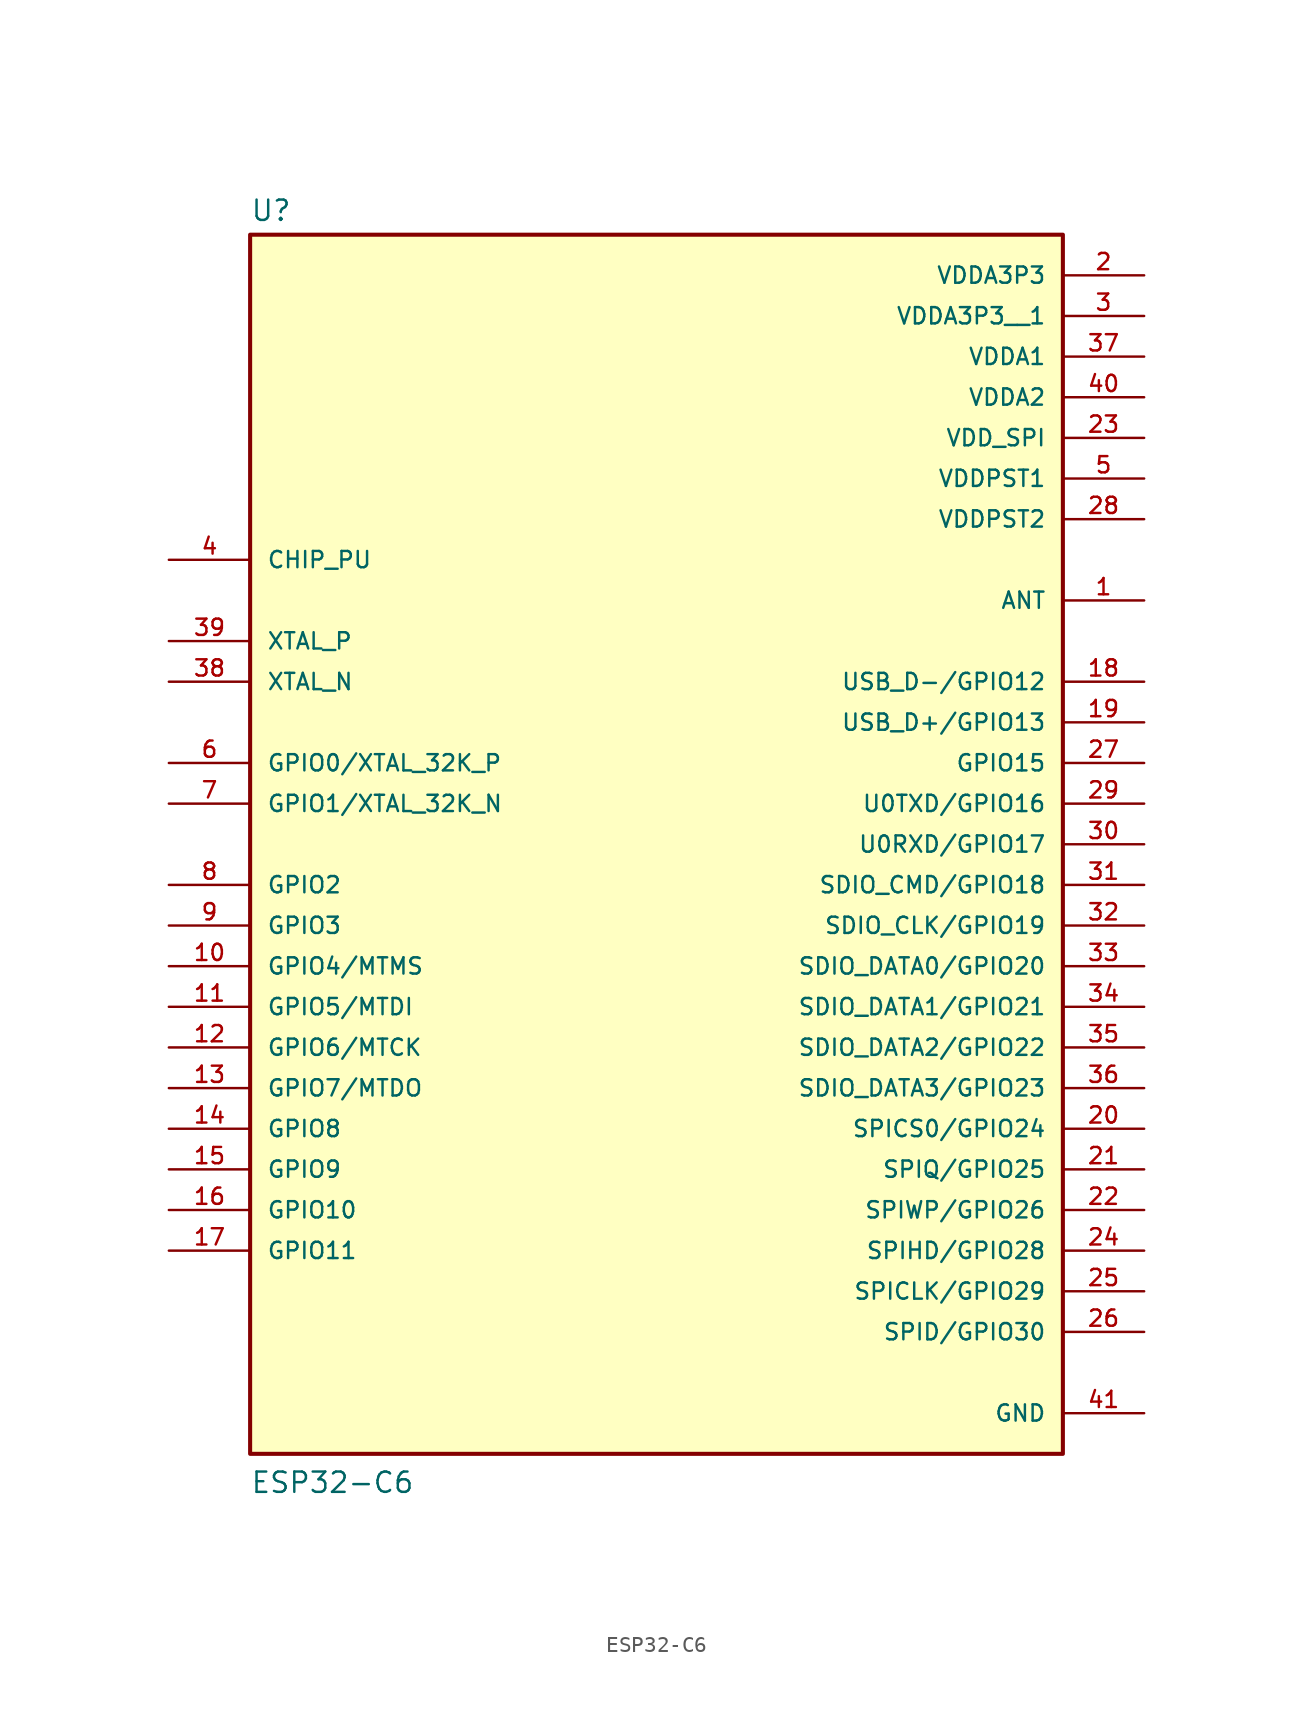
<source format=kicad_sym>
(kicad_symbol_lib
  (version 20220914)
  (generator kicad_symbol_editor)
  (symbol "ESP32-C6"
    (pin_names
      (offset 1.016))
    (property "Reference" "U"
      (at -25.4 36.322 0)
      (effects (font (size 1.27 1.27)) (justify left bottom)))
    (property "Value" "ESP32-C6"
      (at -25.4 -43.18 0)
      (effects (font (size 1.27 1.27)) (justify left bottom)))
    (symbol "ESP32-C6_0_0"
      (rectangle (start -25.4 -40.64) (end 25.4 35.56) (stroke (width 0.254) (type default)) (fill (type background)))
      (pin bidirectional line (at 30.48 12.7 180) (length 5.08) (name "ANT" (effects (font (size 1.016 1.016)))) (number "1" (effects (font (size 1.016 1.016)))))
      (pin bidirectional line (at -30.48 -10.16 0) (length 5.08) (name "GPIO4/MTMS" (effects (font (size 1.016 1.016)))) (number "10" (effects (font (size 1.016 1.016)))))
      (pin bidirectional line (at -30.48 -12.7 0) (length 5.08) (name "GPIO5/MTDI" (effects (font (size 1.016 1.016)))) (number "11" (effects (font (size 1.016 1.016)))))
      (pin bidirectional line (at -30.48 -15.24 0) (length 5.08) (name "GPIO6/MTCK" (effects (font (size 1.016 1.016)))) (number "12" (effects (font (size 1.016 1.016)))))
      (pin bidirectional line (at -30.48 -17.78 0) (length 5.08) (name "GPIO7/MTDO" (effects (font (size 1.016 1.016)))) (number "13" (effects (font (size 1.016 1.016)))))
      (pin bidirectional line (at -30.48 -20.32 0) (length 5.08) (name "GPIO8" (effects (font (size 1.016 1.016)))) (number "14" (effects (font (size 1.016 1.016)))))
      (pin bidirectional line (at -30.48 -22.86 0) (length 5.08) (name "GPIO9" (effects (font (size 1.016 1.016)))) (number "15" (effects (font (size 1.016 1.016)))))
      (pin bidirectional line (at -30.48 -25.4 0) (length 5.08) (name "GPIO10" (effects (font (size 1.016 1.016)))) (number "16" (effects (font (size 1.016 1.016)))))
      (pin bidirectional line (at -30.48 -27.94 0) (length 5.08) (name "GPIO11" (effects (font (size 1.016 1.016)))) (number "17" (effects (font (size 1.016 1.016)))))
      (pin bidirectional line (at 30.48 7.62 180) (length 5.08) (name "USB_D-/GPIO12" (effects (font (size 1.016 1.016)))) (number "18" (effects (font (size 1.016 1.016)))))
      (pin bidirectional line (at 30.48 5.08 180) (length 5.08) (name "USB_D+/GPIO13" (effects (font (size 1.016 1.016)))) (number "19" (effects (font (size 1.016 1.016)))))
      (pin power_in line (at 30.48 33.02 180) (length 5.08) (name "VDDA3P3" (effects (font (size 1.016 1.016)))) (number "2" (effects (font (size 1.016 1.016)))))
      (pin bidirectional line (at 30.48 -20.32 180) (length 5.08) (name "SPICS0/GPIO24" (effects (font (size 1.016 1.016)))) (number "20" (effects (font (size 1.016 1.016)))))
      (pin bidirectional line (at 30.48 -22.86 180) (length 5.08) (name "SPIQ/GPIO25" (effects (font (size 1.016 1.016)))) (number "21" (effects (font (size 1.016 1.016)))))
      (pin bidirectional line (at 30.48 -25.4 180) (length 5.08) (name "SPIWP/GPIO26" (effects (font (size 1.016 1.016)))) (number "22" (effects (font (size 1.016 1.016)))))
      (pin power_in line (at 30.48 22.86 180) (length 5.08) (name "VDD_SPI" (effects (font (size 1.016 1.016)))) (number "23" (effects (font (size 1.016 1.016)))))
      (pin bidirectional line (at 30.48 -27.94 180) (length 5.08) (name "SPIHD/GPIO28" (effects (font (size 1.016 1.016)))) (number "24" (effects (font (size 1.016 1.016)))))
      (pin bidirectional line (at 30.48 -30.48 180) (length 5.08) (name "SPICLK/GPIO29" (effects (font (size 1.016 1.016)))) (number "25" (effects (font (size 1.016 1.016)))))
      (pin bidirectional line (at 30.48 -33.02 180) (length 5.08) (name "SPID/GPIO30" (effects (font (size 1.016 1.016)))) (number "26" (effects (font (size 1.016 1.016)))))
      (pin bidirectional line (at 30.48 2.54 180) (length 5.08) (name "GPIO15" (effects (font (size 1.016 1.016)))) (number "27" (effects (font (size 1.016 1.016)))))
      (pin power_in line (at 30.48 17.78 180) (length 5.08) (name "VDDPST2" (effects (font (size 1.016 1.016)))) (number "28" (effects (font (size 1.016 1.016)))))
      (pin bidirectional line (at 30.48 0 180) (length 5.08) (name "U0TXD/GPIO16" (effects (font (size 1.016 1.016)))) (number "29" (effects (font (size 1.016 1.016)))))
      (pin power_in line (at 30.48 30.48 180) (length 5.08) (name "VDDA3P3__1" (effects (font (size 1.016 1.016)))) (number "3" (effects (font (size 1.016 1.016)))))
      (pin bidirectional line (at 30.48 -2.54 180) (length 5.08) (name "U0RXD/GPIO17" (effects (font (size 1.016 1.016)))) (number "30" (effects (font (size 1.016 1.016)))))
      (pin bidirectional line (at 30.48 -5.08 180) (length 5.08) (name "SDIO_CMD/GPIO18" (effects (font (size 1.016 1.016)))) (number "31" (effects (font (size 1.016 1.016)))))
      (pin bidirectional line (at 30.48 -7.62 180) (length 5.08) (name "SDIO_CLK/GPIO19" (effects (font (size 1.016 1.016)))) (number "32" (effects (font (size 1.016 1.016)))))
      (pin bidirectional line (at 30.48 -10.16 180) (length 5.08) (name "SDIO_DATA0/GPIO20" (effects (font (size 1.016 1.016)))) (number "33" (effects (font (size 1.016 1.016)))))
      (pin bidirectional line (at 30.48 -12.7 180) (length 5.08) (name "SDIO_DATA1/GPIO21" (effects (font (size 1.016 1.016)))) (number "34" (effects (font (size 1.016 1.016)))))
      (pin bidirectional line (at 30.48 -15.24 180) (length 5.08) (name "SDIO_DATA2/GPIO22" (effects (font (size 1.016 1.016)))) (number "35" (effects (font (size 1.016 1.016)))))
      (pin bidirectional line (at 30.48 -17.78 180) (length 5.08) (name "SDIO_DATA3/GPIO23" (effects (font (size 1.016 1.016)))) (number "36" (effects (font (size 1.016 1.016)))))
      (pin power_in line (at 30.48 27.94 180) (length 5.08) (name "VDDA1" (effects (font (size 1.016 1.016)))) (number "37" (effects (font (size 1.016 1.016)))))
      (pin bidirectional line (at -30.48 7.62 0) (length 5.08) (name "XTAL_N" (effects (font (size 1.016 1.016)))) (number "38" (effects (font (size 1.016 1.016)))))
      (pin bidirectional line (at -30.48 10.16 0) (length 5.08) (name "XTAL_P" (effects (font (size 1.016 1.016)))) (number "39" (effects (font (size 1.016 1.016)))))
      (pin input line (at -30.48 15.24 0) (length 5.08) (name "CHIP_PU" (effects (font (size 1.016 1.016)))) (number "4" (effects (font (size 1.016 1.016)))))
      (pin power_in line (at 30.48 25.4 180) (length 5.08) (name "VDDA2" (effects (font (size 1.016 1.016)))) (number "40" (effects (font (size 1.016 1.016)))))
      (pin power_in line (at 30.48 -38.1 180) (length 5.08) (name "GND" (effects (font (size 1.016 1.016)))) (number "41" (effects (font (size 1.016 1.016)))))
      (pin power_in line (at 30.48 20.32 180) (length 5.08) (name "VDDPST1" (effects (font (size 1.016 1.016)))) (number "5" (effects (font (size 1.016 1.016)))))
      (pin bidirectional line (at -30.48 2.54 0) (length 5.08) (name "GPIO0/XTAL_32K_P" (effects (font (size 1.016 1.016)))) (number "6" (effects (font (size 1.016 1.016)))))
      (pin bidirectional line (at -30.48 0 0) (length 5.08) (name "GPIO1/XTAL_32K_N" (effects (font (size 1.016 1.016)))) (number "7" (effects (font (size 1.016 1.016)))))
      (pin bidirectional line (at -30.48 -5.08 0) (length 5.08) (name "GPIO2" (effects (font (size 1.016 1.016)))) (number "8" (effects (font (size 1.016 1.016)))))
      (pin bidirectional line (at -30.48 -7.62 0) (length 5.08) (name "GPIO3" (effects (font (size 1.016 1.016)))) (number "9" (effects (font (size 1.016 1.016))))))))
</source>
